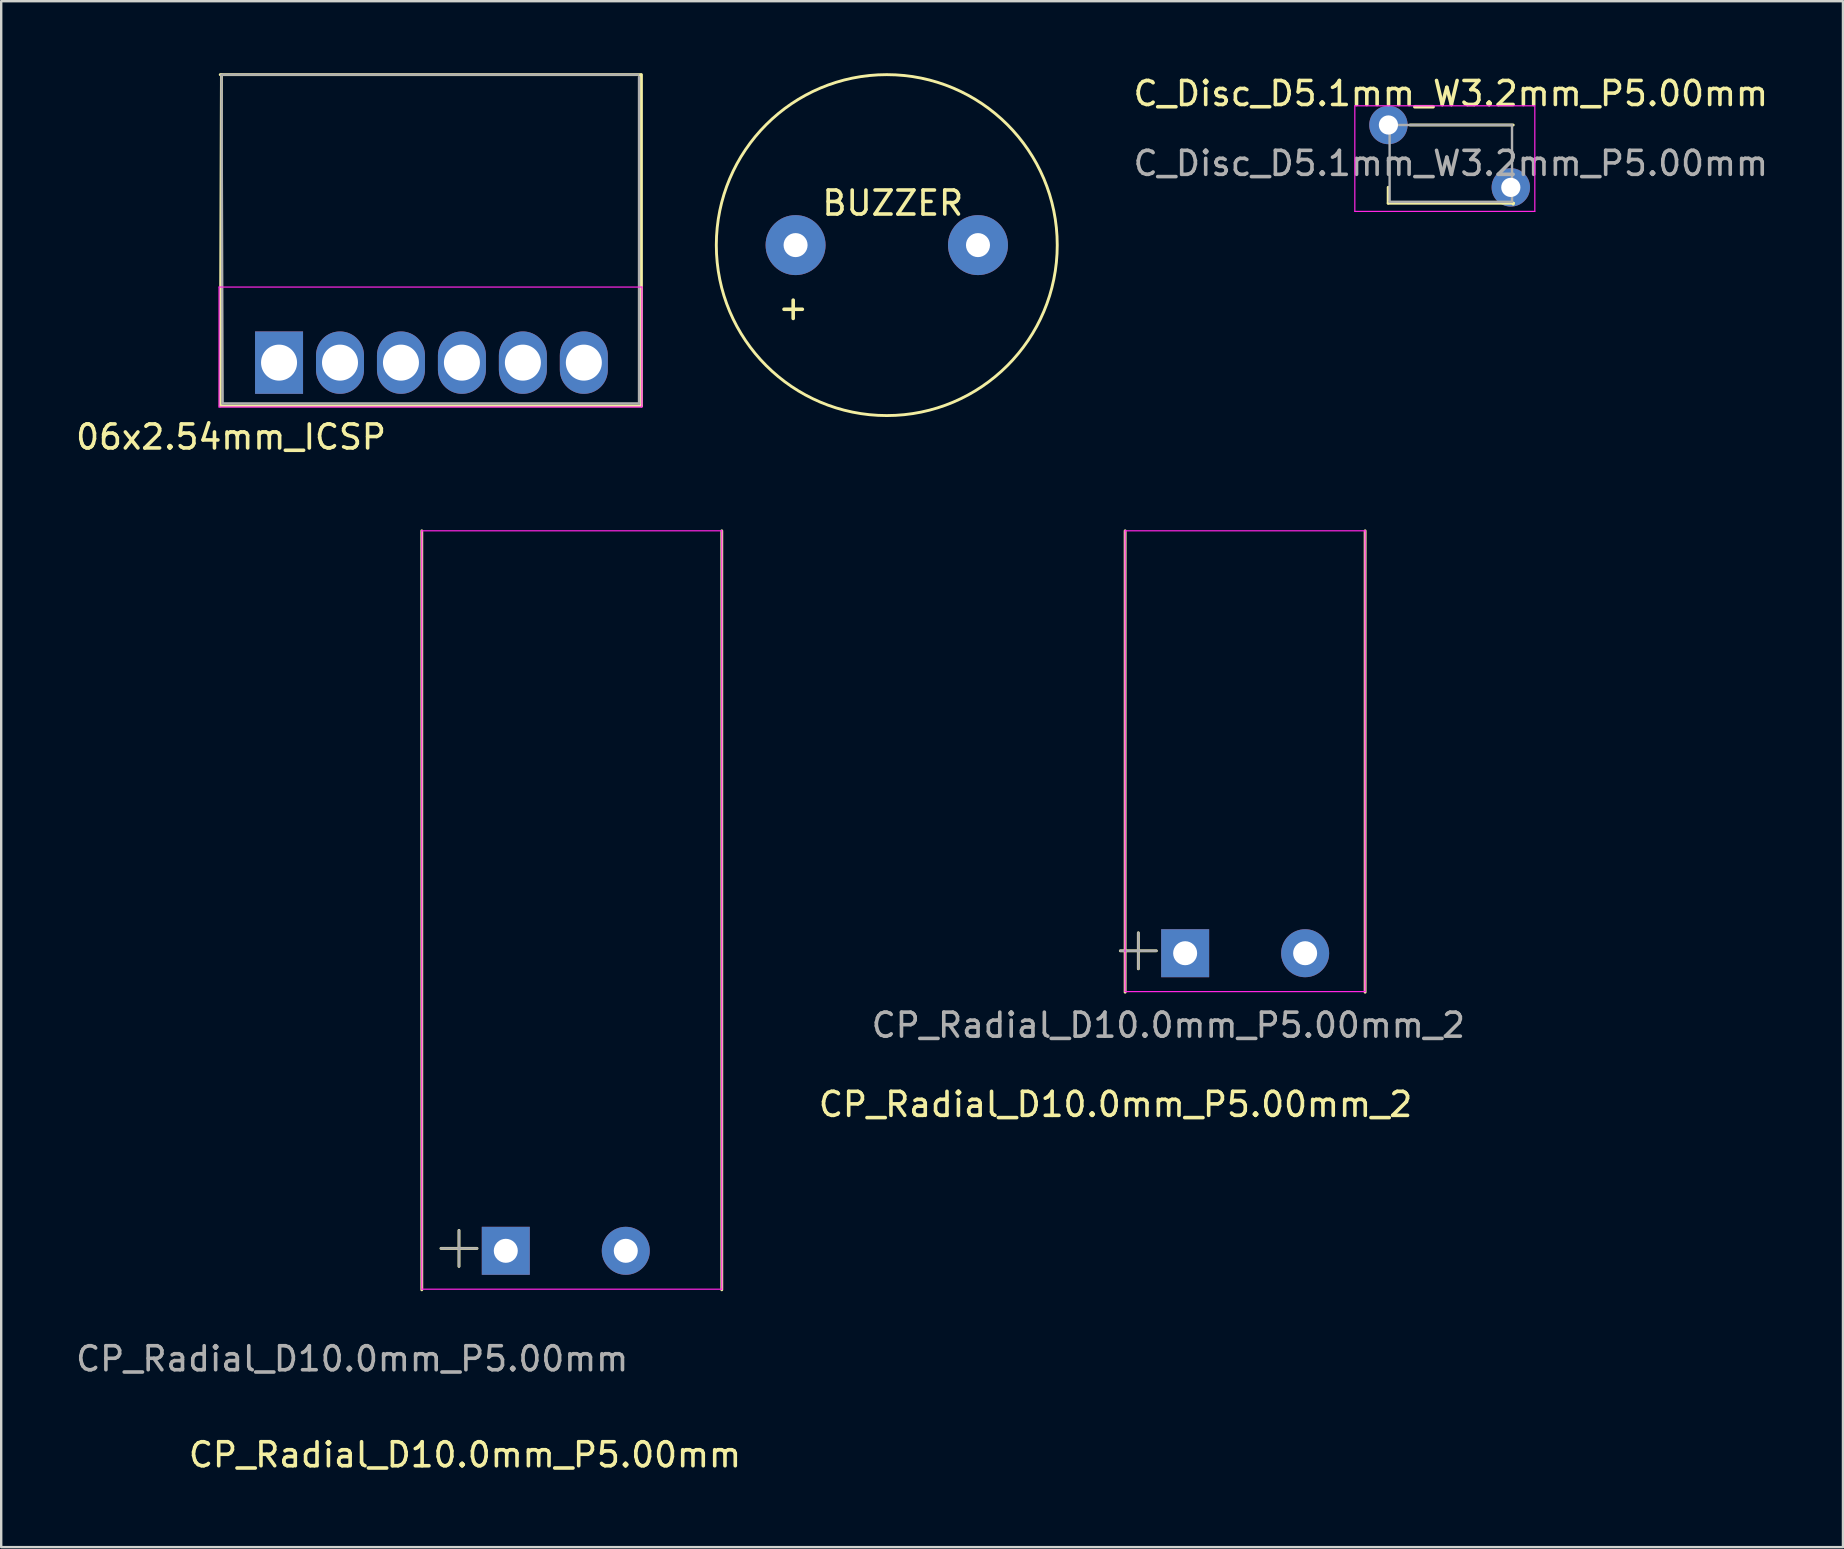
<source format=kicad_pcb>
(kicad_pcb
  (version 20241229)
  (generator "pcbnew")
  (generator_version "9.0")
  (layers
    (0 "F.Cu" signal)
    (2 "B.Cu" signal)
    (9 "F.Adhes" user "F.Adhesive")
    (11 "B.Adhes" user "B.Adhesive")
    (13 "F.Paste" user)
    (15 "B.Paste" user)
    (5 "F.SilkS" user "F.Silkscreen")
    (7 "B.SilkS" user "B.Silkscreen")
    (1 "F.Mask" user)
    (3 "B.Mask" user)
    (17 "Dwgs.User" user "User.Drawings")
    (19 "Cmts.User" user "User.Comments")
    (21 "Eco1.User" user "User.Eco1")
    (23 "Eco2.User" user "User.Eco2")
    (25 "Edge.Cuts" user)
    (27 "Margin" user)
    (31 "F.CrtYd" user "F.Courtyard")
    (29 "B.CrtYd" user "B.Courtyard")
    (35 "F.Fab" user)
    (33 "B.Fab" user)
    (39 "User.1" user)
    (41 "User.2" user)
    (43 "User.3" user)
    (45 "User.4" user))
  (footprint "CP_Radial_D10.0mm_P5.00mm_2"
    (layer "F.Cu")
    (at 48.832 36.668)
    (property "Reference" "CP_Radial_D10.0mm_P5.00mm_2" (at -5.4 6.3 0) (layer "F.SilkS") (effects (font (size 1 1) (thickness 0.15))))
    (attr through_hole)
    (fp_line (start -5.2 -0.1) (end -3.7 -0.1) (stroke (width 0.12) (type solid)) (layer "F.SilkS"))
    (fp_line (start -5 -17.6) (end -5 1.625) (stroke (width 0.12) (type solid)) (layer "F.SilkS"))
    (fp_line (start -4.45 -0.85) (end -4.45 0.65) (stroke (width 0.12) (type solid)) (layer "F.SilkS"))
    (fp_line (start 5 -17.6) (end 5 1.625) (stroke (width 0.12) (type solid)) (layer "F.SilkS"))
    (fp_line (start -5 -17.6) (end -5 1.6) (stroke (width 0.05) (type solid)) (layer "F.CrtYd"))
    (fp_line (start -5 1.6) (end 5 1.6) (stroke (width 0.05) (type solid)) (layer "F.CrtYd"))
    (fp_line (start 5 -17.6) (end -5 -17.6) (stroke (width 0.05) (type solid)) (layer "F.CrtYd"))
    (fp_line (start 5 1.6) (end 5 -17.6) (stroke (width 0.05) (type solid)) (layer "F.CrtYd"))
    (fp_line (start -5.2 -0.1) (end -3.7 -0.1) (stroke (width 0.1) (type solid)) (layer "F.Fab"))
    (fp_line (start -4.45 -0.85) (end -4.45 0.65) (stroke (width 0.1) (type solid)) (layer "F.Fab"))
    (fp_text user "${REFERENCE}" (at -3.2 3 0) (layer "F.Fab") (effects (font (size 1 1) (thickness 0.15))))
    (pad "1" thru_hole rect (at -2.5 0) (size 2 2) (drill 1) (layers "*.Cu" "*.Mask"))
    (pad "2" thru_hole circle (at 2.5 0) (size 2 2) (drill 1) (layers "*.Cu" "*.Mask")))
  (footprint "BUZZER"
    (layer "F.Cu")
    (at 33.9 7.163)
    (property "Reference" "BUZZER" (at 0.249 -1.75 0) (layer "F.SilkS") (effects (font (size 1 1) (thickness 0.15))))
    (attr through_hole)
    (fp_circle (center 0 0) (end 7.1 0.2) (stroke (width 0.12) (type solid)) (fill no) (layer "F.SilkS"))
    (fp_text user "+" (at -3.9 2.6 0) (layer "F.SilkS") (effects (font (size 1 1) (thickness 0.15))))
    (pad "1" thru_hole circle (at -3.8 0) (size 2.499 2.499) (drill 1.001) (layers "*.Cu" "*.Mask"))
    (pad "2" thru_hole circle (at 3.8 0) (size 2.499 2.499) (drill 1.001) (layers "*.Cu" "*.Mask")))
  (footprint "C_Disc_D5.1mm_W3.2mm_P5.00mm"
    (layer "F.Cu")
    (at 54.902 3.758)
    (property "Reference" "C_Disc_D5.1mm_W3.2mm_P5.00mm" (at 2.5 -2.91 0) (layer "F.SilkS") (effects (font (size 1 1) (thickness 0.15))))
    (attr through_hole)
    (fp_line (start -0.11 0.996) (end -0.11 1.66) (stroke (width 0.12) (type solid)) (layer "F.SilkS"))
    (fp_line (start -0.11 1.66) (end 5.11 1.66) (stroke (width 0.12) (type solid)) (layer "F.SilkS"))
    (fp_line (start 0.8 -1.6) (end 5.1 -1.6) (stroke (width 0.12) (type solid)) (layer "F.SilkS"))
    (fp_line (start 5.1 1.7) (end 5.11 1.66) (stroke (width 0.12) (type solid)) (layer "F.SilkS"))
    (fp_line (start -1.5 -2.4) (end -1.5 2) (stroke (width 0.05) (type solid)) (layer "F.CrtYd"))
    (fp_line (start -1.5 2) (end 6 2) (stroke (width 0.05) (type solid)) (layer "F.CrtYd"))
    (fp_line (start 6 -2.4) (end -1.5 -2.4) (stroke (width 0.05) (type solid)) (layer "F.CrtYd"))
    (fp_line (start 6 2) (end 6 -2.4) (stroke (width 0.05) (type solid)) (layer "F.CrtYd"))
    (fp_line (start -0.05 -1.6) (end -0.05 1.6) (stroke (width 0.1) (type solid)) (layer "F.Fab"))
    (fp_line (start -0.05 1.6) (end 5.05 1.6) (stroke (width 0.1) (type solid)) (layer "F.Fab"))
    (fp_line (start 5.05 -1.6) (end -0.05 -1.6) (stroke (width 0.1) (type solid)) (layer "F.Fab"))
    (fp_line (start 5.05 1.6) (end 5.05 -1.6) (stroke (width 0.1) (type solid)) (layer "F.Fab"))
    (fp_text user "${REFERENCE}" (at 2.5 0 0) (layer "F.Fab") (effects (font (size 1 1) (thickness 0.15))))
    (pad "1" thru_hole circle (at -0.1 -1.6) (size 1.6 1.6) (drill 0.8) (layers "*.Cu" "*.Mask"))
    (pad "2" thru_hole circle (at 5 1) (size 1.6 1.6) (drill 0.8) (layers "*.Cu" "*.Mask")))
  (footprint "CP_Radial_D10.0mm_P5.00mm"
    (layer "F.Cu")
    (at 20.525 49.068)
    (property "Reference" "CP_Radial_D10.0mm_P5.00mm" (at -4.2 8.5 0) (layer "F.SilkS") (effects (font (size 1 1) (thickness 0.15))))
    (attr through_hole)
    (fp_line (start -6 -30) (end -6 1.625) (stroke (width 0.12) (type solid)) (layer "F.SilkS"))
    (fp_line (start -5.2 -0.1) (end -3.7 -0.1) (stroke (width 0.12) (type solid)) (layer "F.SilkS"))
    (fp_line (start -4.45 -0.85) (end -4.45 0.65) (stroke (width 0.12) (type solid)) (layer "F.SilkS"))
    (fp_line (start 6.5 -30) (end 6.5 1.625) (stroke (width 0.12) (type solid)) (layer "F.SilkS"))
    (fp_line (start -6 -30) (end -6 1.6) (stroke (width 0.05) (type solid)) (layer "F.CrtYd"))
    (fp_line (start -6 1.6) (end 6.5 1.6) (stroke (width 0.05) (type solid)) (layer "F.CrtYd"))
    (fp_line (start 6.5 -30) (end -6 -30) (stroke (width 0.05) (type solid)) (layer "F.CrtYd"))
    (fp_line (start 6.5 1.6) (end 6.5 -30) (stroke (width 0.05) (type solid)) (layer "F.CrtYd"))
    (fp_line (start -5.2 -0.1) (end -3.7 -0.1) (stroke (width 0.1) (type solid)) (layer "F.Fab"))
    (fp_line (start -4.45 -0.85) (end -4.45 0.65) (stroke (width 0.1) (type solid)) (layer "F.Fab"))
    (fp_text user "${REFERENCE}" (at -8.9 4.5 0) (layer "F.Fab") (effects (font (size 1 1) (thickness 0.15))))
    (pad "1" thru_hole rect (at -2.5 0) (size 2 2) (drill 1) (layers "*.Cu" "*.Mask"))
    (pad "2" thru_hole circle (at 2.5 0) (size 2 2) (drill 1) (layers "*.Cu" "*.Mask")))
  (footprint "06x2.54mm_ICSP"
    (layer "F.Cu")
    (at 8.577 12.06)
    (property "Reference" "06x2.54mm_ICSP" (at -2 3.1 0) (layer "F.SilkS") (effects (font (size 1 1) (thickness 0.15))))
    (attr through_hole)
    (fp_line (start -2.45 1.8) (end 15.1 1.8) (stroke (width 0.12) (type solid)) (layer "F.SilkS"))
    (fp_line (start -2.4 -12) (end -2.45 1.8) (stroke (width 0.12) (type solid)) (layer "F.SilkS"))
    (fp_line (start 15.07 -12) (end -2.45 -12) (stroke (width 0.12) (type solid)) (layer "F.SilkS"))
    (fp_line (start 15.1 1.8) (end 15.1 -12) (stroke (width 0.12) (type solid)) (layer "F.SilkS"))
    (fp_line (start -2.5 -3.15) (end 15.12 -3.15) (stroke (width 0.05) (type solid)) (layer "F.CrtYd"))
    (fp_line (start -2.5 1.85) (end -2.5 -3.15) (stroke (width 0.05) (type solid)) (layer "F.CrtYd"))
    (fp_line (start 15.12 -3.15) (end 15.12 1.85) (stroke (width 0.05) (type solid)) (layer "F.CrtYd"))
    (fp_line (start 15.12 1.85) (end -2.5 1.85) (stroke (width 0.05) (type solid)) (layer "F.CrtYd"))
    (fp_line (start -2.4 -12) (end -2.35 1.7) (stroke (width 0.1) (type solid)) (layer "F.Fab"))
    (fp_line (start -2.35 1.7) (end 15 1.7) (stroke (width 0.1) (type solid)) (layer "F.Fab"))
    (fp_line (start 14.97 -12) (end -2.35 -12) (stroke (width 0.1) (type solid)) (layer "F.Fab"))
    (fp_line (start 15 1.7) (end 15 -11.9) (stroke (width 0.1) (type solid)) (layer "F.Fab"))
    (pad "1" thru_hole rect (at 0 0) (size 2 2.6) (drill 1.5) (layers "*.Cu" "*.Mask"))
    (pad "2" thru_hole oval (at 2.54 0) (size 2 2.6) (drill 1.5) (layers "*.Cu" "*.Mask"))
    (pad "3" thru_hole oval (at 5.08 0) (size 2 2.6) (drill 1.5) (layers "*.Cu" "*.Mask"))
    (pad "4" thru_hole oval (at 7.62 0) (size 2 2.6) (drill 1.5) (layers "*.Cu" "*.Mask"))
    (pad "5" thru_hole oval (at 10.16 0) (size 2 2.6) (drill 1.5) (layers "*.Cu" "*.Mask"))
    (pad "6" thru_hole oval (at 12.7 0) (size 2 2.6) (drill 1.5) (layers "*.Cu" "*.Mask")))
  (gr_rect
    (start -3 -3)
    (end 73.742 61.416)
    (stroke (width 0.1) (type default))
    (fill no)
    (layer "Edge.Cuts")))
</source>
